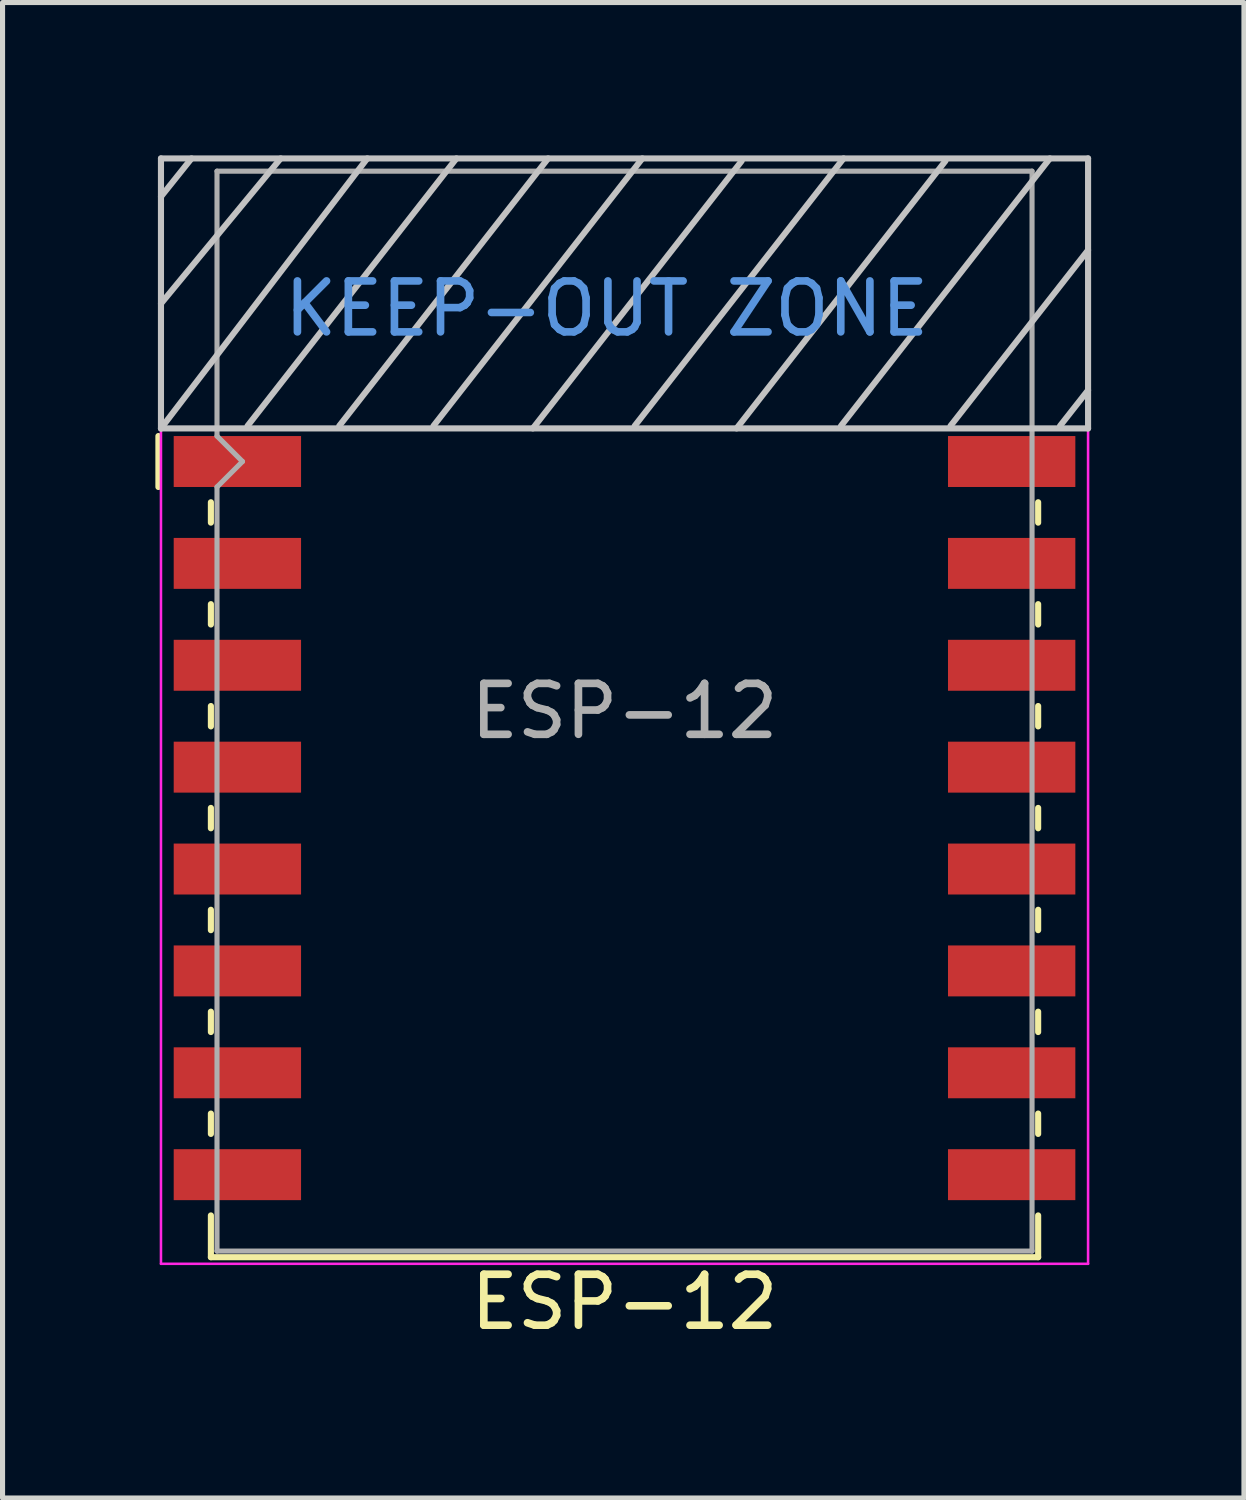
<source format=kicad_pcb>
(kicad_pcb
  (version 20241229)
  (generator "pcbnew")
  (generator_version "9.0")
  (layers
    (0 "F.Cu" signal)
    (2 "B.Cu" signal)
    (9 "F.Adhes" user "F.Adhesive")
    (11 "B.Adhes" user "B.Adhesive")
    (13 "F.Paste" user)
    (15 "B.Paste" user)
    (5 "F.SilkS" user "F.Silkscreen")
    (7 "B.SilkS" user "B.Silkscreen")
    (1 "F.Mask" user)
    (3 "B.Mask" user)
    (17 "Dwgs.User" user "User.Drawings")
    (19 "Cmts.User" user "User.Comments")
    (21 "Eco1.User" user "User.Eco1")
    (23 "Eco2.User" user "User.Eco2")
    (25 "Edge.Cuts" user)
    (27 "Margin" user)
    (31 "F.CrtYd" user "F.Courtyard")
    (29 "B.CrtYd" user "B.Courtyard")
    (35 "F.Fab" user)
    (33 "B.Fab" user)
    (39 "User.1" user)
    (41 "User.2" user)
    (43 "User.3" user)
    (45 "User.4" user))
  (footprint "ESP-12"
    (layer "F.Cu")
    (at 9.21 10.91)
    (property "Reference" "ESP-12" (at 0 11.6 0) (layer "F.SilkS") (effects (font (size 1 1) (thickness 0.15))))
    (attr smd)
    (fp_line (start -9.15 -5.4) (end -9.15 -4.4) (stroke (width 0.12) (type solid)) (layer "F.SilkS"))
    (fp_line (start -8.12 -3.7) (end -8.12 -4.1) (stroke (width 0.12) (type solid)) (layer "F.SilkS"))
    (fp_line (start -8.12 -1.7) (end -8.12 -2.1) (stroke (width 0.12) (type solid)) (layer "F.SilkS"))
    (fp_line (start -8.12 0.3) (end -8.12 -0.1) (stroke (width 0.12) (type solid)) (layer "F.SilkS"))
    (fp_line (start -8.12 2.3) (end -8.12 1.9) (stroke (width 0.12) (type solid)) (layer "F.SilkS"))
    (fp_line (start -8.12 4.3) (end -8.12 3.9) (stroke (width 0.12) (type solid)) (layer "F.SilkS"))
    (fp_line (start -8.12 6.3) (end -8.12 5.9) (stroke (width 0.12) (type solid)) (layer "F.SilkS"))
    (fp_line (start -8.12 8.3) (end -8.12 7.9) (stroke (width 0.12) (type solid)) (layer "F.SilkS"))
    (fp_line (start -8.12 10.72) (end -8.12 9.9) (stroke (width 0.12) (type solid)) (layer "F.SilkS"))
    (fp_line (start 8.12 -3.7) (end 8.12 -4.1) (stroke (width 0.12) (type solid)) (layer "F.SilkS"))
    (fp_line (start 8.12 -1.7) (end 8.12 -2.1) (stroke (width 0.12) (type solid)) (layer "F.SilkS"))
    (fp_line (start 8.12 0.3) (end 8.12 -0.1) (stroke (width 0.12) (type solid)) (layer "F.SilkS"))
    (fp_line (start 8.12 2.3) (end 8.12 1.9) (stroke (width 0.12) (type solid)) (layer "F.SilkS"))
    (fp_line (start 8.12 4.3) (end 8.12 3.9) (stroke (width 0.12) (type solid)) (layer "F.SilkS"))
    (fp_line (start 8.12 6.3) (end 8.12 5.9) (stroke (width 0.12) (type solid)) (layer "F.SilkS"))
    (fp_line (start 8.12 8.3) (end 8.12 7.9) (stroke (width 0.12) (type solid)) (layer "F.SilkS"))
    (fp_line (start 8.12 9.9) (end 8.12 10.72) (stroke (width 0.12) (type solid)) (layer "F.SilkS"))
    (fp_line (start 8.12 10.72) (end -8.12 10.72) (stroke (width 0.12) (type solid)) (layer "F.SilkS"))
    (fp_line (start -9.1 -10.85) (end -9.1 -5.55) (stroke (width 0.12) (type solid)) (layer "Dwgs.User"))
    (fp_line (start -9.1 -10.1) (end -8.5 -10.85) (stroke (width 0.12) (type solid)) (layer "Dwgs.User"))
    (fp_line (start -9.1 -8) (end -6.75 -10.85) (stroke (width 0.12) (type solid)) (layer "Dwgs.User"))
    (fp_line (start -9.1 -5.55) (end -5.05 -10.85) (stroke (width 0.12) (type solid)) (layer "Dwgs.User"))
    (fp_line (start -9.1 -5.55) (end 9.1 -5.55) (stroke (width 0.12) (type solid)) (layer "Dwgs.User"))
    (fp_line (start -7.4 -5.6) (end -3.3 -10.85) (stroke (width 0.12) (type solid)) (layer "Dwgs.User"))
    (fp_line (start -5.6 -5.6) (end -1.5 -10.85) (stroke (width 0.12) (type solid)) (layer "Dwgs.User"))
    (fp_line (start -3.75 -5.6) (end 0.35 -10.85) (stroke (width 0.12) (type solid)) (layer "Dwgs.User"))
    (fp_line (start -1.8 -5.55) (end 2.3 -10.8) (stroke (width 0.12) (type solid)) (layer "Dwgs.User"))
    (fp_line (start 0.2 -5.6) (end 4.3 -10.85) (stroke (width 0.12) (type solid)) (layer "Dwgs.User"))
    (fp_line (start 2.2 -5.55) (end 6.3 -10.8) (stroke (width 0.12) (type solid)) (layer "Dwgs.User"))
    (fp_line (start 4.25 -5.6) (end 8.35 -10.85) (stroke (width 0.12) (type solid)) (layer "Dwgs.User"))
    (fp_line (start 6.4 -5.6) (end 9.1 -9.05) (stroke (width 0.12) (type solid)) (layer "Dwgs.User"))
    (fp_line (start 8.55 -5.6) (end 9.1 -6.3) (stroke (width 0.12) (type solid)) (layer "Dwgs.User"))
    (fp_line (start 9.1 -10.85) (end -9.1 -10.85) (stroke (width 0.12) (type solid)) (layer "Dwgs.User"))
    (fp_line (start 9.1 -5.55) (end 9.1 -10.85) (stroke (width 0.12) (type solid)) (layer "Dwgs.User"))
    (fp_line (start -9.1 -10.85) (end 9.1 -10.85) (stroke (width 0.05) (type solid)) (layer "F.CrtYd"))
    (fp_line (start -9.1 10.85) (end -9.1 -10.85) (stroke (width 0.05) (type solid)) (layer "F.CrtYd"))
    (fp_line (start 9.1 -10.85) (end 9.1 10.85) (stroke (width 0.05) (type solid)) (layer "F.CrtYd"))
    (fp_line (start 9.1 10.85) (end -9.1 10.85) (stroke (width 0.05) (type solid)) (layer "F.CrtYd"))
    (fp_line (start -8 -10.6) (end 8 -10.6) (stroke (width 0.1) (type solid)) (layer "F.Fab"))
    (fp_line (start -8 -5.4) (end -8 -10.6) (stroke (width 0.1) (type solid)) (layer "F.Fab"))
    (fp_line (start -8 -4.4) (end -7.5 -4.9) (stroke (width 0.1) (type solid)) (layer "F.Fab"))
    (fp_line (start -8 10.6) (end -8 -4.4) (stroke (width 0.1) (type solid)) (layer "F.Fab"))
    (fp_line (start -7.5 -4.9) (end -8 -5.4) (stroke (width 0.1) (type solid)) (layer "F.Fab"))
    (fp_line (start 8 -10.6) (end 8 10.6) (stroke (width 0.1) (type solid)) (layer "F.Fab"))
    (fp_line (start 8 10.6) (end -8 10.6) (stroke (width 0.1) (type solid)) (layer "F.Fab"))
    (fp_text user "KEEP-OUT ZONE" (at -0.35 -7.9 180) (layer "Cmts.User") (effects (font (size 1 1) (thickness 0.15))))
    (fp_text user "${REFERENCE}" (at 0 0 0) (layer "F.Fab") (effects (font (size 1 1) (thickness 0.15))))
    (pad "1" smd rect (at -7.6 -4.9) (size 2.5 1) (layers "F.Cu" "F.Mask" "F.Paste"))
    (pad "2" smd rect (at -7.6 -2.9) (size 2.5 1) (layers "F.Cu" "F.Mask" "F.Paste"))
    (pad "3" smd rect (at -7.6 -0.9) (size 2.5 1) (layers "F.Cu" "F.Mask" "F.Paste"))
    (pad "4" smd rect (at -7.6 1.1) (size 2.5 1) (layers "F.Cu" "F.Mask" "F.Paste"))
    (pad "5" smd rect (at -7.6 3.1) (size 2.5 1) (layers "F.Cu" "F.Mask" "F.Paste"))
    (pad "6" smd rect (at -7.6 5.1) (size 2.5 1) (layers "F.Cu" "F.Mask" "F.Paste"))
    (pad "7" smd rect (at -7.6 7.1) (size 2.5 1) (layers "F.Cu" "F.Mask" "F.Paste"))
    (pad "8" smd rect (at -7.6 9.1) (size 2.5 1) (layers "F.Cu" "F.Mask" "F.Paste"))
    (pad "9" smd rect (at 7.6 9.1) (size 2.5 1) (layers "F.Cu" "F.Mask" "F.Paste"))
    (pad "10" smd rect (at 7.6 7.1) (size 2.5 1) (layers "F.Cu" "F.Mask" "F.Paste"))
    (pad "11" smd rect (at 7.6 5.1) (size 2.5 1) (layers "F.Cu" "F.Mask" "F.Paste"))
    (pad "12" smd rect (at 7.6 3.1) (size 2.5 1) (layers "F.Cu" "F.Mask" "F.Paste"))
    (pad "13" smd rect (at 7.6 1.1) (size 2.5 1) (layers "F.Cu" "F.Mask" "F.Paste"))
    (pad "14" smd rect (at 7.6 -0.9) (size 2.5 1) (layers "F.Cu" "F.Mask" "F.Paste"))
    (pad "15" smd rect (at 7.6 -2.9) (size 2.5 1) (layers "F.Cu" "F.Mask" "F.Paste"))
    (pad "16" smd rect (at 7.6 -4.9) (size 2.5 1) (layers "F.Cu" "F.Mask" "F.Paste")))
  (gr_rect
    (start -3 -3)
    (end 21.37 26.358)
    (stroke (width 0.1) (type default))
    (fill no)
    (layer "Edge.Cuts")))
</source>
